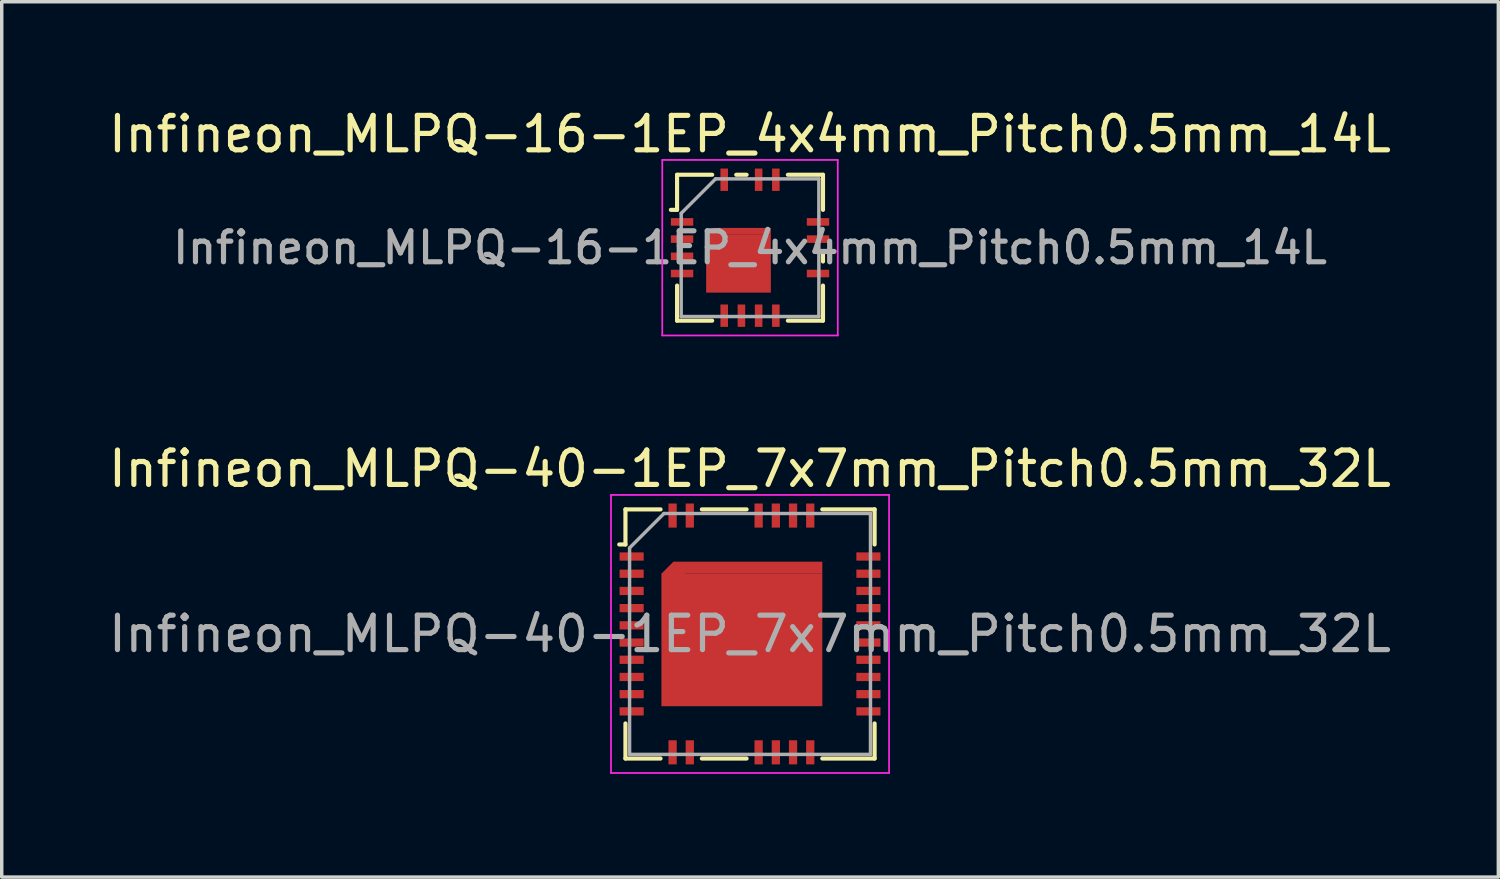
<source format=kicad_pcb>
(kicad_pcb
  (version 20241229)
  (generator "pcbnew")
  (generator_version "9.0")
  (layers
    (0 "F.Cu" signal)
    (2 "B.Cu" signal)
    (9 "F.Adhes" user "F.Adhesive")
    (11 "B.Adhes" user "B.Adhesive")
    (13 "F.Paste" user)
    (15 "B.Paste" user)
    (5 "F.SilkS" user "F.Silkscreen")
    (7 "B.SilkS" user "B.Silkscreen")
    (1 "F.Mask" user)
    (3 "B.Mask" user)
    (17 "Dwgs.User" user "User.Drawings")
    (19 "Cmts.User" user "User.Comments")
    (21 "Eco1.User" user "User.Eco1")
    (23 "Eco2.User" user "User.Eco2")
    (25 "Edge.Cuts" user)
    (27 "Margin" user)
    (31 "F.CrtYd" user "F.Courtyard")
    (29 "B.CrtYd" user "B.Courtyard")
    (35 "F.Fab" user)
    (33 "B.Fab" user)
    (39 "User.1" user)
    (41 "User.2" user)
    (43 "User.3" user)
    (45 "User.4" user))
  (footprint "Infineon_MLPQ-16-1EP_4x4mm_Pitch0.5mm_14L"
    (layer "F.Cu")
    (at 18.744 4.148)
    (property "Reference" "Infineon_MLPQ-16-1EP_4x4mm_Pitch0.5mm_14L" (at 0 -3.3 0) (layer "F.SilkS") (effects (font (size 1 1) (thickness 0.15))))
    (attr smd)
    (fp_line (start -2.3 -1.1) (end -2.12 -1.1) (stroke (width 0.12) (type solid)) (layer "F.SilkS"))
    (fp_line (start -2.12 -2.12) (end -2.12 -1.1) (stroke (width 0.12) (type solid)) (layer "F.SilkS"))
    (fp_line (start -2.12 1.1) (end -2.12 2.12) (stroke (width 0.12) (type solid)) (layer "F.SilkS"))
    (fp_line (start -1.1 -2.12) (end -2.12 -2.12) (stroke (width 0.12) (type solid)) (layer "F.SilkS"))
    (fp_line (start -1.1 2.12) (end -2.12 2.12) (stroke (width 0.12) (type solid)) (layer "F.SilkS"))
    (fp_line (start -0.1 -2.12) (end -0.4 -2.12) (stroke (width 0.12) (type solid)) (layer "F.SilkS"))
    (fp_line (start 2.12 -2.12) (end 1.1 -2.12) (stroke (width 0.12) (type solid)) (layer "F.SilkS"))
    (fp_line (start 2.12 -2.12) (end 2.12 -1.1) (stroke (width 0.12) (type solid)) (layer "F.SilkS"))
    (fp_line (start 2.12 0.1) (end 2.12 0.4) (stroke (width 0.12) (type solid)) (layer "F.SilkS"))
    (fp_line (start 2.12 1.1) (end 2.12 2.12) (stroke (width 0.12) (type solid)) (layer "F.SilkS"))
    (fp_line (start 2.12 2.12) (end 1.1 2.12) (stroke (width 0.12) (type solid)) (layer "F.SilkS"))
    (fp_line (start -2.55 -2.55) (end 2.55 -2.55) (stroke (width 0.05) (type solid)) (layer "F.CrtYd"))
    (fp_line (start -2.55 2.55) (end -2.55 -2.55) (stroke (width 0.05) (type solid)) (layer "F.CrtYd"))
    (fp_line (start 2.55 -2.55) (end 2.55 2.55) (stroke (width 0.05) (type solid)) (layer "F.CrtYd"))
    (fp_line (start 2.55 2.55) (end -2.55 2.55) (stroke (width 0.05) (type solid)) (layer "F.CrtYd"))
    (fp_line (start -2 2) (end -2 -1) (stroke (width 0.1) (type solid)) (layer "F.Fab"))
    (fp_line (start -1 -2) (end -2 -1) (stroke (width 0.1) (type solid)) (layer "F.Fab"))
    (fp_line (start -1 -2) (end 2 -2) (stroke (width 0.1) (type solid)) (layer "F.Fab"))
    (fp_line (start 2 -2) (end 2 2) (stroke (width 0.1) (type solid)) (layer "F.Fab"))
    (fp_line (start 2 2) (end -2 2) (stroke (width 0.1) (type solid)) (layer "F.Fab"))
    (fp_text user "${REFERENCE}" (at 0 0 0) (layer "F.Fab") (effects (font (size 0.9 0.9) (thickness 0.15))))
    (pad "" smd rect (at -0.335 -0.105) (size 1.5 0.8) (layers "F.Paste"))
    (pad "" smd rect (at -0.335 0.835) (size 1.5 0.8) (layers "F.Paste"))
    (pad "1" smd rect (at -1.975 -0.75) (size 0.65 0.22) (layers "F.Cu" "F.Mask" "F.Paste"))
    (pad "2" smd rect (at -1.975 -0.25) (size 0.65 0.22) (layers "F.Cu" "F.Mask" "F.Paste"))
    (pad "3" smd rect (at -1.975 0.25) (size 0.65 0.22) (layers "F.Cu" "F.Mask" "F.Paste"))
    (pad "4" smd rect (at -1.975 0.75) (size 0.65 0.22) (layers "F.Cu" "F.Mask" "F.Paste"))
    (pad "5" smd rect (at -0.75 1.975) (size 0.22 0.65) (layers "F.Cu" "F.Mask" "F.Paste"))
    (pad "6" smd rect (at -0.25 1.975) (size 0.22 0.65) (layers "F.Cu" "F.Mask" "F.Paste"))
    (pad "7" smd rect (at 0.25 1.975) (size 0.22 0.65) (layers "F.Cu" "F.Mask" "F.Paste"))
    (pad "8" smd rect (at 0.75 1.975) (size 0.22 0.65) (layers "F.Cu" "F.Mask" "F.Paste"))
    (pad "9" smd rect (at 1.975 0.75) (size 0.65 0.22) (layers "F.Cu" "F.Mask" "F.Paste"))
    (pad "11" smd rect (at 1.975 -0.25) (size 0.65 0.22) (layers "F.Cu" "F.Mask" "F.Paste"))
    (pad "12" smd rect (at 1.975 -0.75) (size 0.65 0.22) (layers "F.Cu" "F.Mask" "F.Paste"))
    (pad "13" smd rect (at 0.75 -1.975) (size 0.22 0.65) (layers "F.Cu" "F.Mask" "F.Paste"))
    (pad "14" smd rect (at 0.25 -1.975) (size 0.22 0.65) (layers "F.Cu" "F.Mask" "F.Paste"))
    (pad "16" smd rect (at -0.75 -1.975) (size 0.22 0.65) (layers "F.Cu" "F.Mask" "F.Paste"))
    (pad "17" smd rect (at -1.075 -0.375 45) (size 0.283 0.283) (layers "F.Cu" "F.Mask"))
    (pad "17" smd rect (at -0.335 0.465) (size 1.88 1.68) (layers "F.Cu" "F.Mask"))
    (pad "17" smd rect (at -0.235 -0.475) (size 1.68 0.2) (layers "F.Cu" "F.Mask")))
  (footprint "Infineon_MLPQ-40-1EP_7x7mm_Pitch0.5mm_32L"
    (layer "F.Cu")
    (at 18.744 15.371)
    (property "Reference" "Infineon_MLPQ-40-1EP_7x7mm_Pitch0.5mm_32L" (at 0 -4.8 0) (layer "F.SilkS") (effects (font (size 1 1) (thickness 0.15))))
    (attr smd)
    (fp_line (start -3.8 -2.6) (end -3.62 -2.6) (stroke (width 0.12) (type solid)) (layer "F.SilkS"))
    (fp_line (start -3.62 -3.62) (end -3.62 -2.6) (stroke (width 0.12) (type solid)) (layer "F.SilkS"))
    (fp_line (start -3.62 3.62) (end -3.62 2.6) (stroke (width 0.12) (type solid)) (layer "F.SilkS"))
    (fp_line (start -2.6 -3.62) (end -3.62 -3.62) (stroke (width 0.12) (type solid)) (layer "F.SilkS"))
    (fp_line (start -2.6 3.62) (end -3.62 3.62) (stroke (width 0.12) (type solid)) (layer "F.SilkS"))
    (fp_line (start -0.1 -3.62) (end -1.4 -3.62) (stroke (width 0.12) (type solid)) (layer "F.SilkS"))
    (fp_line (start -0.1 3.62) (end -1.4 3.62) (stroke (width 0.12) (type solid)) (layer "F.SilkS"))
    (fp_line (start 3.62 -3.62) (end 2.1 -3.62) (stroke (width 0.12) (type solid)) (layer "F.SilkS"))
    (fp_line (start 3.62 -3.62) (end 3.62 -2.6) (stroke (width 0.12) (type solid)) (layer "F.SilkS"))
    (fp_line (start 3.62 3.62) (end 2.1 3.62) (stroke (width 0.12) (type solid)) (layer "F.SilkS"))
    (fp_line (start 3.62 3.62) (end 3.62 2.6) (stroke (width 0.12) (type solid)) (layer "F.SilkS"))
    (fp_line (start -4.04 -4.04) (end 4.04 -4.04) (stroke (width 0.05) (type solid)) (layer "F.CrtYd"))
    (fp_line (start -4.04 4.04) (end -4.04 -4.04) (stroke (width 0.05) (type solid)) (layer "F.CrtYd"))
    (fp_line (start 4.04 -4.04) (end 4.04 4.04) (stroke (width 0.05) (type solid)) (layer "F.CrtYd"))
    (fp_line (start 4.04 4.04) (end -4.04 4.04) (stroke (width 0.05) (type solid)) (layer "F.CrtYd"))
    (fp_line (start -3.5 3.5) (end -3.5 -2.5) (stroke (width 0.1) (type solid)) (layer "F.Fab"))
    (fp_line (start -2.5 -3.5) (end -3.5 -2.5) (stroke (width 0.1) (type solid)) (layer "F.Fab"))
    (fp_line (start -2.5 -3.5) (end 3.5 -3.5) (stroke (width 0.1) (type solid)) (layer "F.Fab"))
    (fp_line (start 3.5 -3.5) (end 3.5 3.5) (stroke (width 0.1) (type solid)) (layer "F.Fab"))
    (fp_line (start 3.5 3.5) (end -3.5 3.5) (stroke (width 0.1) (type solid)) (layer "F.Fab"))
    (fp_text user "${REFERENCE}" (at 0 0 0) (layer "F.Fab") (effects (font (size 1 1) (thickness 0.15))))
    (pad "" smd rect (at -3.425 -2.25) (size 0.65 0.22) (layers "F.Paste"))
    (pad "" smd rect (at -3.425 -1.75) (size 0.65 0.22) (layers "F.Paste"))
    (pad "" smd rect (at -3.425 -1.25) (size 0.65 0.22) (layers "F.Paste"))
    (pad "" smd rect (at -3.425 -0.75) (size 0.65 0.22) (layers "F.Paste"))
    (pad "" smd rect (at -3.425 -0.25) (size 0.65 0.22) (layers "F.Paste"))
    (pad "" smd rect (at -3.425 0.25) (size 0.65 0.22) (layers "F.Paste"))
    (pad "" smd rect (at -3.425 0.75) (size 0.65 0.22) (layers "F.Paste"))
    (pad "" smd rect (at -3.425 1.25) (size 0.65 0.22) (layers "F.Paste"))
    (pad "" smd rect (at -3.425 1.75) (size 0.65 0.22) (layers "F.Paste"))
    (pad "" smd rect (at -3.425 2.25) (size 0.65 0.22) (layers "F.Paste"))
    (pad "" smd rect (at -2.25 -3.425) (size 0.22 0.65) (layers "F.Paste"))
    (pad "" smd rect (at -2.25 3.425) (size 0.22 0.65) (layers "F.Paste"))
    (pad "" smd rect (at -1.796 -1.4) (size 1.2 1.1) (layers "F.Paste"))
    (pad "" smd rect (at -1.796 0) (size 1.2 1.1) (layers "F.Paste"))
    (pad "" smd rect (at -1.796 1.4) (size 1.2 1.1) (layers "F.Paste"))
    (pad "" smd rect (at -1.75 -3.425) (size 0.22 0.65) (layers "F.Paste"))
    (pad "" smd rect (at -1.75 3.425) (size 0.22 0.65) (layers "F.Paste"))
    (pad "" smd rect (at -0.237 -1.4) (size 1.2 1.1) (layers "F.Paste"))
    (pad "" smd rect (at -0.237 0) (size 1.2 1.1) (layers "F.Paste"))
    (pad "" smd rect (at -0.237 1.4) (size 1.2 1.1) (layers "F.Paste"))
    (pad "" smd rect (at 0.25 -3.425) (size 0.22 0.65) (layers "F.Paste"))
    (pad "" smd rect (at 0.25 3.425) (size 0.22 0.65) (layers "F.Paste"))
    (pad "" smd rect (at 0.75 -3.425) (size 0.22 0.65) (layers "F.Paste"))
    (pad "" smd rect (at 0.75 3.425) (size 0.22 0.65) (layers "F.Paste"))
    (pad "" smd rect (at 1.25 -3.425) (size 0.22 0.65) (layers "F.Paste"))
    (pad "" smd rect (at 1.25 3.425) (size 0.22 0.65) (layers "F.Paste"))
    (pad "" smd rect (at 1.321 -1.4) (size 1.2 1.1) (layers "F.Paste"))
    (pad "" smd rect (at 1.321 0) (size 1.2 1.1) (layers "F.Paste"))
    (pad "" smd rect (at 1.321 1.4) (size 1.2 1.1) (layers "F.Paste"))
    (pad "" smd rect (at 1.75 -3.425) (size 0.22 0.65) (layers "F.Paste"))
    (pad "" smd rect (at 1.75 3.425) (size 0.22 0.65) (layers "F.Paste"))
    (pad "" smd rect (at 3.425 -2.25) (size 0.65 0.22) (layers "F.Paste"))
    (pad "" smd rect (at 3.425 -1.75) (size 0.65 0.22) (layers "F.Paste"))
    (pad "" smd rect (at 3.425 -1.25) (size 0.65 0.22) (layers "F.Paste"))
    (pad "" smd rect (at 3.425 -0.75) (size 0.65 0.22) (layers "F.Paste"))
    (pad "" smd rect (at 3.425 -0.25) (size 0.65 0.22) (layers "F.Paste"))
    (pad "" smd rect (at 3.425 0.25) (size 0.65 0.22) (layers "F.Paste"))
    (pad "" smd rect (at 3.425 0.75) (size 0.65 0.22) (layers "F.Paste"))
    (pad "" smd rect (at 3.425 1.25) (size 0.65 0.22) (layers "F.Paste"))
    (pad "" smd rect (at 3.425 1.75) (size 0.65 0.22) (layers "F.Paste"))
    (pad "" smd rect (at 3.425 2.25) (size 0.65 0.22) (layers "F.Paste"))
    (pad "1" smd rect (at -3.44 -2.25) (size 0.7 0.24) (layers "F.Cu" "F.Mask"))
    (pad "2" smd rect (at -3.44 -1.75) (size 0.7 0.24) (layers "F.Cu" "F.Mask"))
    (pad "3" smd rect (at -3.44 -1.25) (size 0.7 0.24) (layers "F.Cu" "F.Mask"))
    (pad "4" smd rect (at -3.44 -0.75) (size 0.7 0.24) (layers "F.Cu" "F.Mask"))
    (pad "5" smd rect (at -3.44 -0.25) (size 0.7 0.24) (layers "F.Cu" "F.Mask"))
    (pad "6" smd rect (at -3.44 0.25) (size 0.7 0.24) (layers "F.Cu" "F.Mask"))
    (pad "7" smd rect (at -3.44 0.75) (size 0.7 0.24) (layers "F.Cu" "F.Mask"))
    (pad "8" smd rect (at -3.44 1.25) (size 0.7 0.24) (layers "F.Cu" "F.Mask"))
    (pad "9" smd rect (at -3.44 1.75) (size 0.7 0.24) (layers "F.Cu" "F.Mask"))
    (pad "10" smd rect (at -3.44 2.25) (size 0.7 0.24) (layers "F.Cu" "F.Mask"))
    (pad "11" smd rect (at -2.25 3.44) (size 0.24 0.7) (layers "F.Cu" "F.Mask"))
    (pad "12" smd rect (at -1.75 3.44) (size 0.24 0.7) (layers "F.Cu" "F.Mask"))
    (pad "13" smd rect (at 0.25 3.44) (size 0.24 0.7) (layers "F.Cu" "F.Mask"))
    (pad "14" smd rect (at 0.75 3.44) (size 0.24 0.7) (layers "F.Cu" "F.Mask"))
    (pad "15" smd rect (at 1.25 3.44) (size 0.24 0.7) (layers "F.Cu" "F.Mask"))
    (pad "16" smd rect (at 1.75 3.44) (size 0.24 0.7) (layers "F.Cu" "F.Mask"))
    (pad "17" smd rect (at 3.44 2.25) (size 0.7 0.24) (layers "F.Cu" "F.Mask"))
    (pad "18" smd rect (at 3.44 1.75) (size 0.7 0.24) (layers "F.Cu" "F.Mask"))
    (pad "19" smd rect (at 3.44 1.25) (size 0.7 0.24) (layers "F.Cu" "F.Mask"))
    (pad "20" smd rect (at 3.44 0.75) (size 0.7 0.24) (layers "F.Cu" "F.Mask"))
    (pad "21" smd rect (at 3.44 0.25) (size 0.7 0.24) (layers "F.Cu" "F.Mask"))
    (pad "22" smd rect (at 3.44 -0.25) (size 0.7 0.24) (layers "F.Cu" "F.Mask"))
    (pad "23" smd rect (at 3.44 -0.75) (size 0.7 0.24) (layers "F.Cu" "F.Mask"))
    (pad "24" smd rect (at 3.44 -1.25) (size 0.7 0.24) (layers "F.Cu" "F.Mask"))
    (pad "25" smd rect (at 3.44 -1.75) (size 0.7 0.24) (layers "F.Cu" "F.Mask"))
    (pad "26" smd rect (at 3.44 -2.25) (size 0.7 0.24) (layers "F.Cu" "F.Mask"))
    (pad "27" smd rect (at 1.75 -3.44) (size 0.24 0.7) (layers "F.Cu" "F.Mask"))
    (pad "28" smd rect (at 1.25 -3.44) (size 0.24 0.7) (layers "F.Cu" "F.Mask"))
    (pad "29" smd rect (at 0.75 -3.44) (size 0.24 0.7) (layers "F.Cu" "F.Mask"))
    (pad "30" smd rect (at 0.25 -3.44) (size 0.24 0.7) (layers "F.Cu" "F.Mask"))
    (pad "31" smd rect (at -1.75 -3.44) (size 0.24 0.7) (layers "F.Cu" "F.Mask"))
    (pad "32" smd rect (at -2.25 -3.44) (size 0.24 0.7) (layers "F.Cu" "F.Mask"))
    (pad "33" smd rect (at -2.225 -1.75 45) (size 0.495 0.495) (layers "F.Cu" "F.Mask"))
    (pad "33" smd rect (at -0.237 0.175) (size 4.675 3.85) (layers "F.Cu" "F.Mask"))
    (pad "33" smd rect (at -0.062 -1.925) (size 4.325 0.35) (layers "F.Cu" "F.Mask")))
  (gr_rect
    (start -3 -3)
    (end 40.488 22.436)
    (stroke (width 0.1) (type default))
    (fill no)
    (layer "Edge.Cuts")))
</source>
